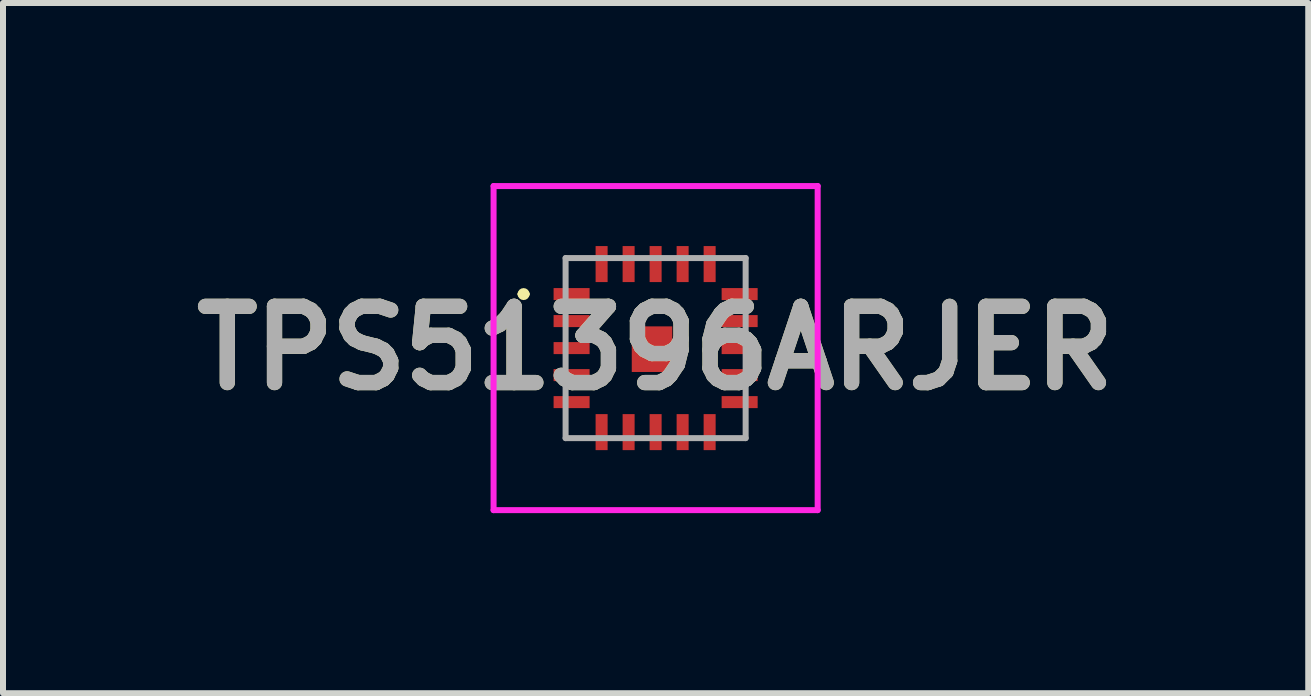
<source format=kicad_pcb>
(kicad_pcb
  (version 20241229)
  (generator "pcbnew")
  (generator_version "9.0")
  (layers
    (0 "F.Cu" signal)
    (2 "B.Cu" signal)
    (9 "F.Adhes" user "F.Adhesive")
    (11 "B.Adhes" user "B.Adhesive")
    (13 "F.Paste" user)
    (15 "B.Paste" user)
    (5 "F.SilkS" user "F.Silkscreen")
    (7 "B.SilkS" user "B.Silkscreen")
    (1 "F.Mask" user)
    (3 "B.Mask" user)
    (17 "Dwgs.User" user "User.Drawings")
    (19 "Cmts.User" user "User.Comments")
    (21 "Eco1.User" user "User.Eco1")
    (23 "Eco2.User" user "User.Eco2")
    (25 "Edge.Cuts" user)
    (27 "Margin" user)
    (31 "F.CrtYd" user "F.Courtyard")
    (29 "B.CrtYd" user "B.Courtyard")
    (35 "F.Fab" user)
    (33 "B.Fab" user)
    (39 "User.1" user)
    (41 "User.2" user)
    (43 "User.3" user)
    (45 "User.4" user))
  (footprint "TPS51396ARJER"
    (layer "F.Cu")
    (at 7.874 2.75)
    (property "Reference" "TPS51396ARJER" (at 0 0 0) (layer "F.SilkS") (effects (font (size 1.27 1.27) (thickness 0.254))))
    (attr smd)
    (fp_line (start -2.25 -0.9) (end -2.25 -0.9) (stroke (width 0.1) (type solid)) (layer "F.SilkS"))
    (fp_line (start -2.15 -0.9) (end -2.15 -0.9) (stroke (width 0.1) (type solid)) (layer "F.SilkS"))
    (fp_arc (start -2.25 -0.9) (mid -2.2 -0.95) (end -2.15 -0.9) (stroke (width 0.1) (type solid)) (layer "F.SilkS"))
    (fp_arc (start -2.15 -0.9) (mid -2.2 -0.85) (end -2.25 -0.9) (stroke (width 0.1) (type solid)) (layer "F.SilkS"))
    (fp_line (start -2.7 -2.7) (end 2.7 -2.7) (stroke (width 0.1) (type solid)) (layer "F.CrtYd"))
    (fp_line (start -2.7 2.7) (end -2.7 -2.7) (stroke (width 0.1) (type solid)) (layer "F.CrtYd"))
    (fp_line (start 2.7 -2.7) (end 2.7 2.7) (stroke (width 0.1) (type solid)) (layer "F.CrtYd"))
    (fp_line (start 2.7 2.7) (end -2.7 2.7) (stroke (width 0.1) (type solid)) (layer "F.CrtYd"))
    (fp_line (start -1.5 -1.5) (end 1.5 -1.5) (stroke (width 0.1) (type solid)) (layer "F.Fab"))
    (fp_line (start -1.5 1.5) (end -1.5 -1.5) (stroke (width 0.1) (type solid)) (layer "F.Fab"))
    (fp_line (start 1.5 -1.5) (end 1.5 1.5) (stroke (width 0.1) (type solid)) (layer "F.Fab"))
    (fp_line (start 1.5 1.5) (end -1.5 1.5) (stroke (width 0.1) (type solid)) (layer "F.Fab"))
    (fp_text user "${REFERENCE}" (at 0 0 0) (layer "F.Fab") (effects (font (size 1.27 1.27) (thickness 0.254))))
    (pad "1" smd rect (at -1.4 -0.9 90) (size 0.2 0.6) (layers "F.Cu" "F.Mask" "F.Paste"))
    (pad "2" smd rect (at -1.4 -0.45 90) (size 0.2 0.6) (layers "F.Cu" "F.Mask" "F.Paste"))
    (pad "3" smd rect (at -1.4 0 90) (size 0.2 0.6) (layers "F.Cu" "F.Mask" "F.Paste"))
    (pad "4" smd rect (at -1.4 0.45 90) (size 0.2 0.6) (layers "F.Cu" "F.Mask" "F.Paste"))
    (pad "5" smd rect (at -1.4 0.9 90) (size 0.2 0.6) (layers "F.Cu" "F.Mask" "F.Paste"))
    (pad "6" smd rect (at -0.9 1.4) (size 0.2 0.6) (layers "F.Cu" "F.Mask" "F.Paste"))
    (pad "7" smd rect (at -0.45 1.4) (size 0.2 0.6) (layers "F.Cu" "F.Mask" "F.Paste"))
    (pad "8" smd rect (at 0 1.4) (size 0.2 0.6) (layers "F.Cu" "F.Mask" "F.Paste"))
    (pad "9" smd rect (at 0.45 1.4) (size 0.2 0.6) (layers "F.Cu" "F.Mask" "F.Paste"))
    (pad "10" smd rect (at 0.9 1.4) (size 0.2 0.6) (layers "F.Cu" "F.Mask" "F.Paste"))
    (pad "11" smd rect (at 1.4 0.9 90) (size 0.2 0.6) (layers "F.Cu" "F.Mask" "F.Paste"))
    (pad "12" smd rect (at 1.4 0.45 90) (size 0.2 0.6) (layers "F.Cu" "F.Mask" "F.Paste"))
    (pad "13" smd rect (at 1.4 0 90) (size 0.2 0.6) (layers "F.Cu" "F.Mask" "F.Paste"))
    (pad "14" smd rect (at 1.4 -0.45 90) (size 0.2 0.6) (layers "F.Cu" "F.Mask" "F.Paste"))
    (pad "15" smd rect (at 1.4 -0.9 90) (size 0.2 0.6) (layers "F.Cu" "F.Mask" "F.Paste"))
    (pad "16" smd rect (at 0.9 -1.4) (size 0.2 0.6) (layers "F.Cu" "F.Mask" "F.Paste"))
    (pad "17" smd rect (at 0.45 -1.4) (size 0.2 0.6) (layers "F.Cu" "F.Mask" "F.Paste"))
    (pad "18" smd rect (at 0 -1.4) (size 0.2 0.6) (layers "F.Cu" "F.Mask" "F.Paste"))
    (pad "19" smd rect (at -0.45 -1.4) (size 0.2 0.6) (layers "F.Cu" "F.Mask" "F.Paste"))
    (pad "20" smd rect (at -0.9 -1.4) (size 0.2 0.6) (layers "F.Cu" "F.Mask" "F.Paste"))
    (pad "21" smd rect (at -0.06 0.018) (size 0.675 0.76) (layers "F.Cu" "F.Mask" "F.Paste")))
  (gr_rect
    (start -3 -3)
    (end 18.748 8.5)
    (stroke (width 0.1) (type default))
    (fill no)
    (layer "Edge.Cuts")))
</source>
